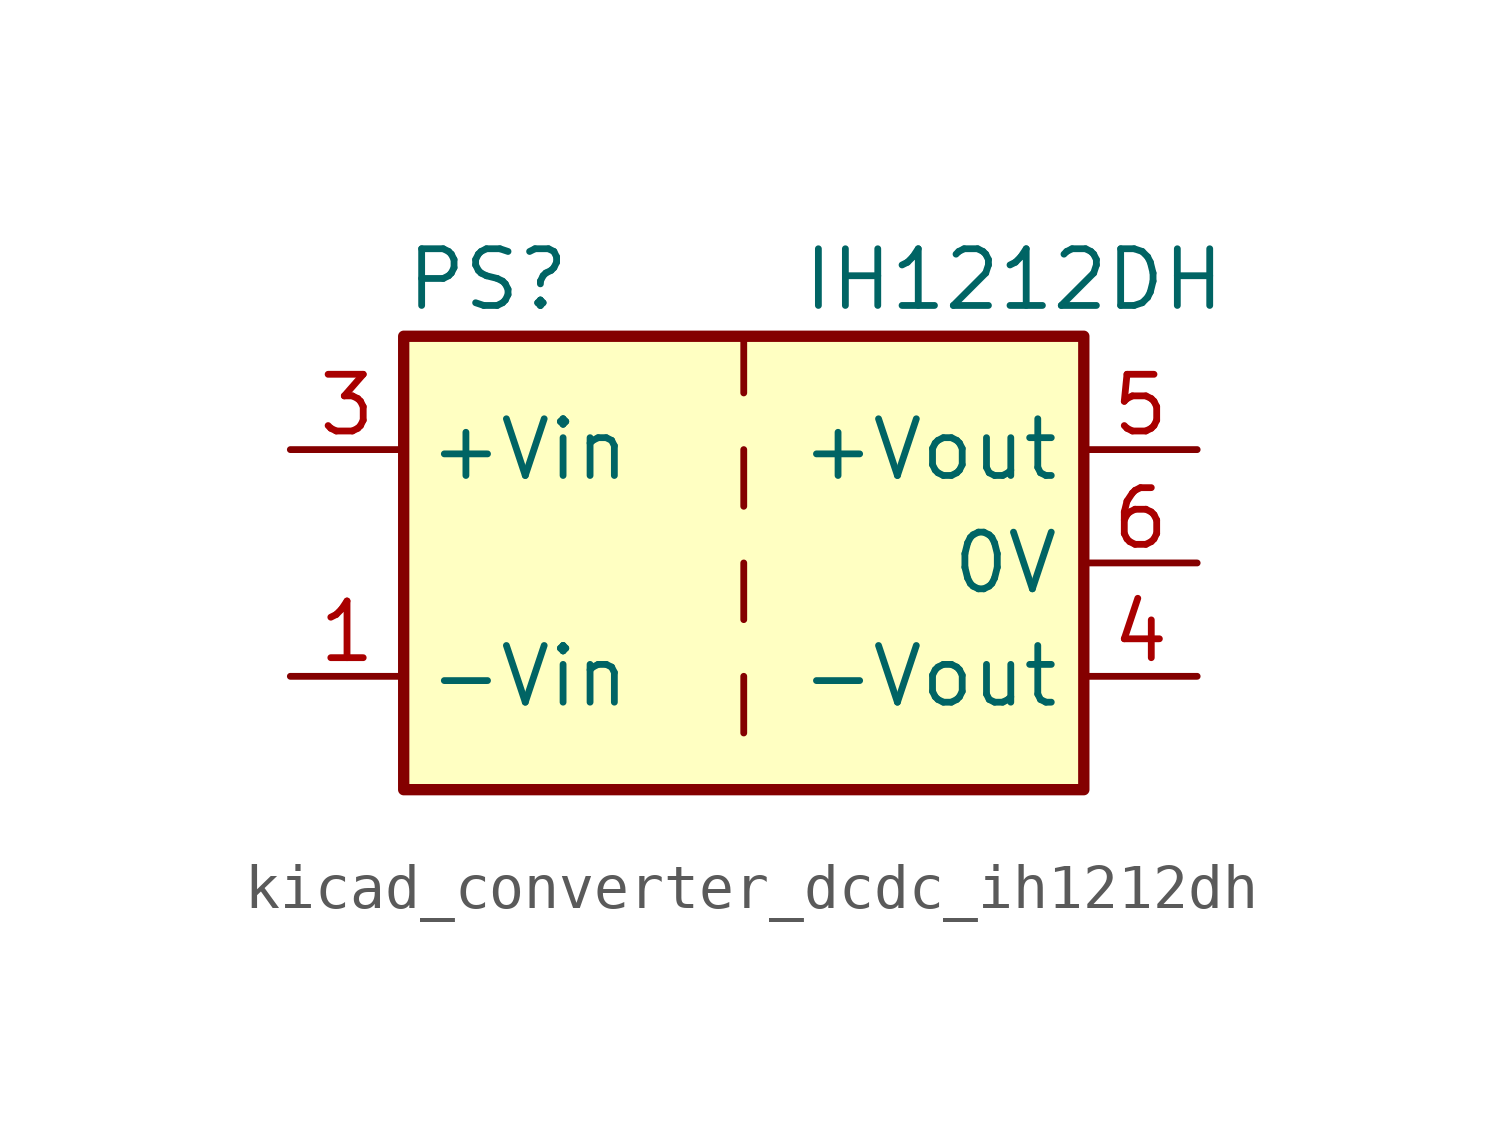
<source format=kicad_sym>
(kicad_symbol_lib
  (version 20220914)
  (generator kicad_symbol_editor)
  (symbol "kicad_converter_dcdc_ih1212dh"
    (property "Reference" "PS"
      (at -7.62 6.35 0)
      (effects (font (size 1.27 1.27)) (justify left)))
    (property "Value" "IH1212DH"
      (at 1.27 6.35 0)
      (effects (font (size 1.27 1.27)) (justify left)))
    (symbol "kicad_converter_dcdc_ih1212dh_0_0"
      (pin power_in line (at -10.16 -2.54 0) (length 2.54) (name "-Vin" (effects (font (size 1.27 1.27)))) (number "1" (effects (font (size 1.27 1.27)))))
      (pin power_in line (at -10.16 2.54 0) (length 2.54) (name "+Vin" (effects (font (size 1.27 1.27)))) (number "3" (effects (font (size 1.27 1.27)))))
      (pin power_out line (at 10.16 -2.54 180) (length 2.54) (name "-Vout" (effects (font (size 1.27 1.27)))) (number "4" (effects (font (size 1.27 1.27)))))
      (pin power_out line (at 10.16 2.54 180) (length 2.54) (name "+Vout" (effects (font (size 1.27 1.27)))) (number "5" (effects (font (size 1.27 1.27)))))
      (pin power_out line (at 10.16 0 180) (length 2.54) (name "0V" (effects (font (size 1.27 1.27)))) (number "6" (effects (font (size 1.27 1.27))))))
    (symbol "kicad_converter_dcdc_ih1212dh_0_1"
      (rectangle (start -7.62 5.08) (end 7.62 -5.08) (stroke (width 0.254) (type default)) (fill (type background)))
      (polyline (pts (xy 0 -2.54) (xy 0 -3.81)) (stroke (width 0) (type default)) (fill (type none)))
      (polyline (pts (xy 0 0) (xy 0 -1.27)) (stroke (width 0) (type default)) (fill (type none)))
      (polyline (pts (xy 0 2.54) (xy 0 1.27)) (stroke (width 0) (type default)) (fill (type none)))
      (polyline (pts (xy 0 5.08) (xy 0 3.81)) (stroke (width 0) (type default)) (fill (type none))))
    (symbol "kicad_converter_dcdc_ih1212dh_1_1"
      (pin no_connect line (at 0 -5.08 90) (length 2.54) hide (name "NC" (effects (font (size 1.27 1.27)))) (number "2" (effects (font (size 1.27 1.27))))))))
</source>
